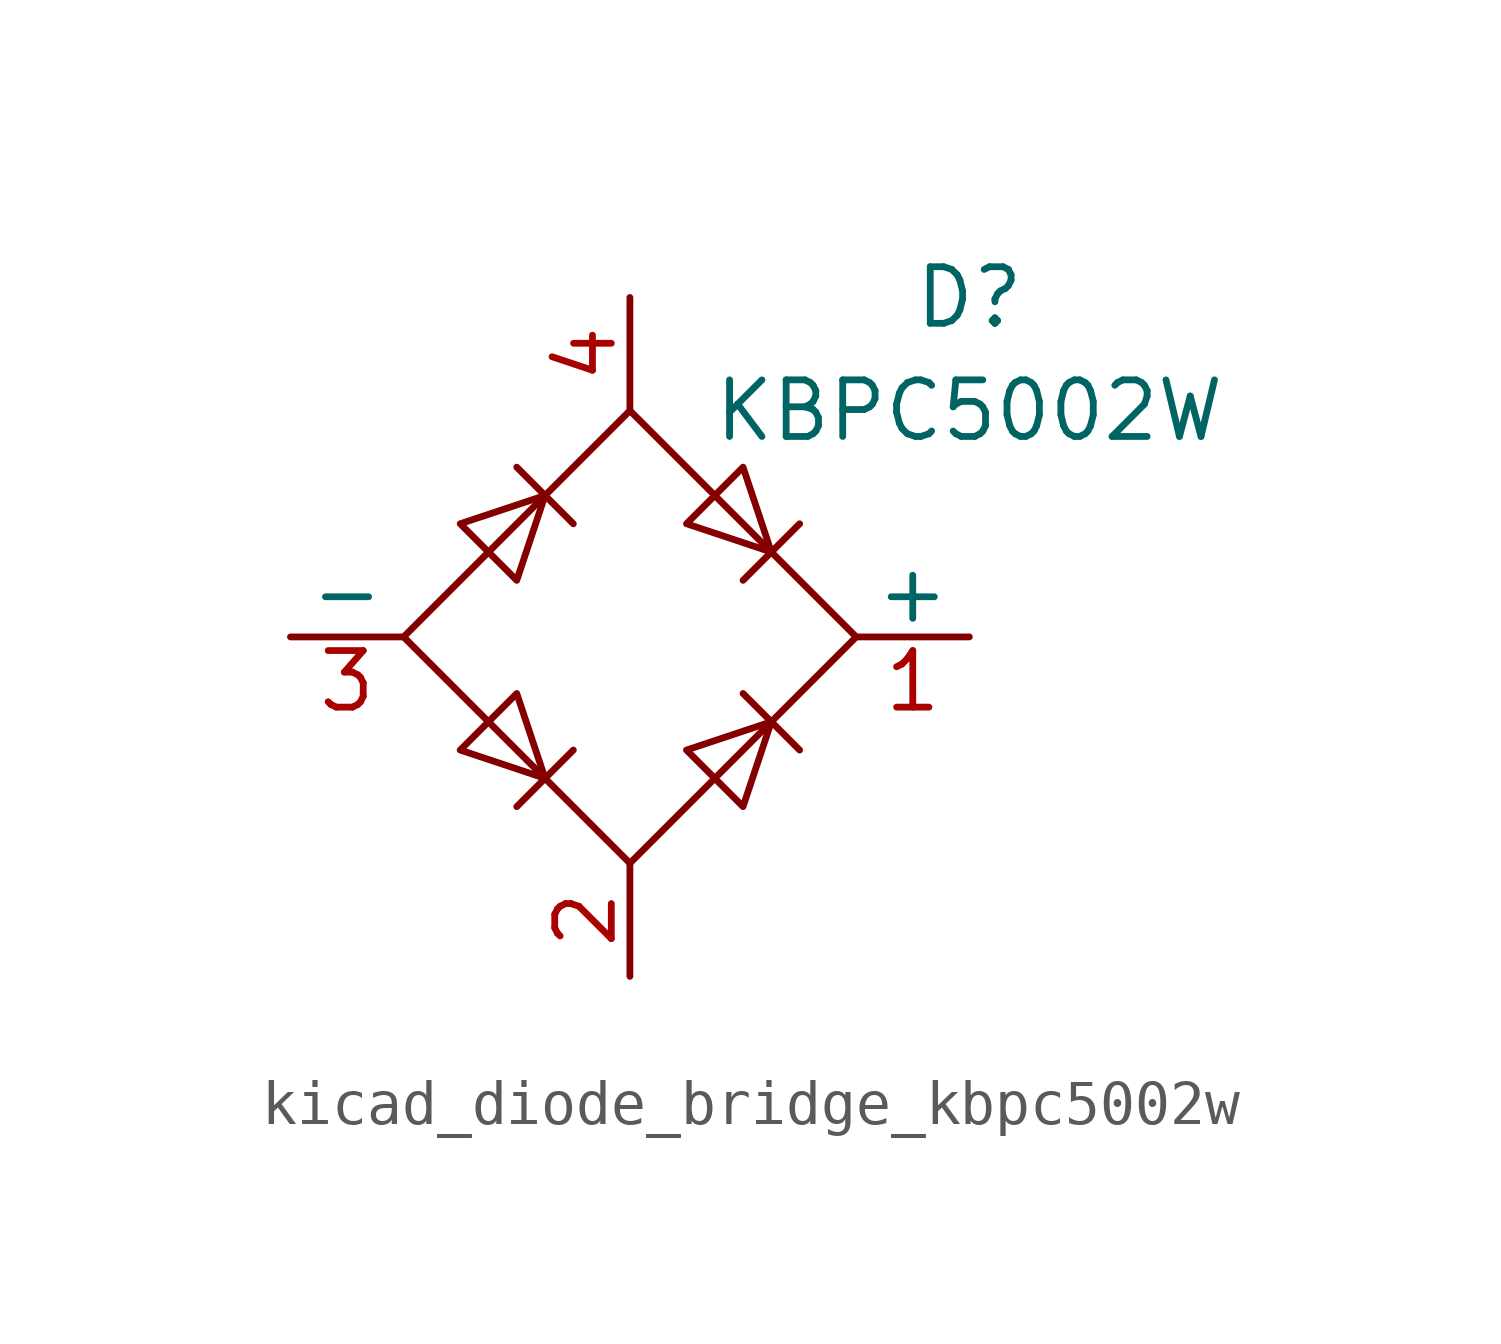
<source format=kicad_sym>
(kicad_symbol_lib
  (version 20220914)
  (generator kicad_symbol_editor)
  (symbol "kicad_diode_bridge_kbpc5002w"
    (pin_names
      (offset 0))
    (property "Reference" "D"
      (at 7.62 7.62 0)
      (effects (font (size 1.27 1.27))))
    (property "Value" "KBPC5002W"
      (at 7.62 5.08 0)
      (effects (font (size 1.27 1.27))))
    (symbol "kicad_diode_bridge_kbpc5002w_0_1"
      (polyline (pts (xy -2.54 3.81) (xy -1.27 2.54)) (stroke (width 0) (type default)) (fill (type none)))
      (polyline (pts (xy -1.27 -2.54) (xy -2.54 -3.81)) (stroke (width 0) (type default)) (fill (type none)))
      (polyline (pts (xy 2.54 -1.27) (xy 3.81 -2.54)) (stroke (width 0) (type default)) (fill (type none)))
      (polyline (pts (xy 2.54 1.27) (xy 3.81 2.54)) (stroke (width 0) (type default)) (fill (type none)))
      (polyline (pts (xy -3.81 2.54) (xy -2.54 1.27) (xy -1.905 3.175) (xy -3.81 2.54)) (stroke (width 0) (type default)) (fill (type none)))
      (polyline (pts (xy -2.54 -1.27) (xy -3.81 -2.54) (xy -1.905 -3.175) (xy -2.54 -1.27)) (stroke (width 0) (type default)) (fill (type none)))
      (polyline (pts (xy 1.27 2.54) (xy 2.54 3.81) (xy 3.175 1.905) (xy 1.27 2.54)) (stroke (width 0) (type default)) (fill (type none)))
      (polyline (pts (xy 3.175 -1.905) (xy 1.27 -2.54) (xy 2.54 -3.81) (xy 3.175 -1.905)) (stroke (width 0) (type default)) (fill (type none)))
      (polyline (pts (xy -5.08 0) (xy 0 -5.08) (xy 5.08 0) (xy 0 5.08) (xy -5.08 0)) (stroke (width 0) (type default)) (fill (type none))))
    (symbol "kicad_diode_bridge_kbpc5002w_1_1"
      (pin passive line (at 7.62 0 180) (length 2.54) (name "+" (effects (font (size 1.27 1.27)))) (number "1" (effects (font (size 1.27 1.27)))))
      (pin passive line (at 0 -7.62 90) (length 2.54) (name "~" (effects (font (size 1.27 1.27)))) (number "2" (effects (font (size 1.27 1.27)))))
      (pin passive line (at -7.62 0 0) (length 2.54) (name "-" (effects (font (size 1.27 1.27)))) (number "3" (effects (font (size 1.27 1.27)))))
      (pin passive line (at 0 7.62 270) (length 2.54) (name "~" (effects (font (size 1.27 1.27)))) (number "4" (effects (font (size 1.27 1.27))))))))
</source>
